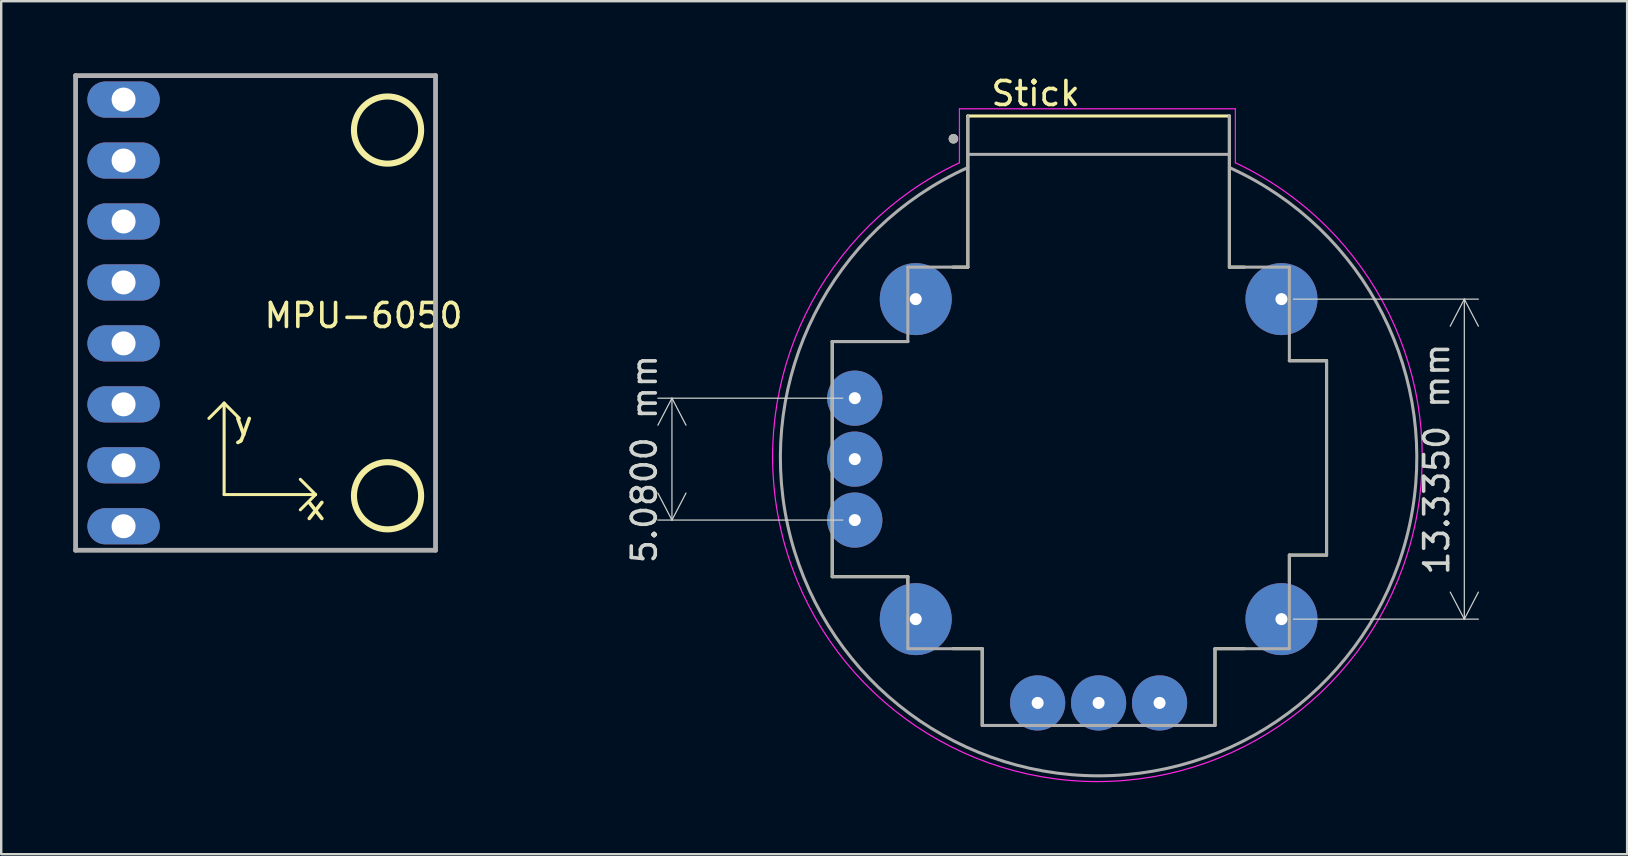
<source format=kicad_pcb>
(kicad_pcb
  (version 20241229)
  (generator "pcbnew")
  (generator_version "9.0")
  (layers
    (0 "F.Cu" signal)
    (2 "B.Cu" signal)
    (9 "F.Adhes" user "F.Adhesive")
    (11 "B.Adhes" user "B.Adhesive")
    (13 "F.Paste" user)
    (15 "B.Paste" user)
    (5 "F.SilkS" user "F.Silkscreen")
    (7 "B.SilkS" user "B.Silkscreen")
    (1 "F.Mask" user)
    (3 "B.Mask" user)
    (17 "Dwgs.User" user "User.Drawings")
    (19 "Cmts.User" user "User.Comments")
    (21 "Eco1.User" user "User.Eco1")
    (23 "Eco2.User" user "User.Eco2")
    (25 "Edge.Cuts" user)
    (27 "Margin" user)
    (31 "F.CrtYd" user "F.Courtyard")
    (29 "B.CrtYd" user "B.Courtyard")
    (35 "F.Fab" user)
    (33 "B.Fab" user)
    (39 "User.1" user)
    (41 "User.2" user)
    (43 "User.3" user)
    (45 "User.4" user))
  (footprint "MPU-6050"
    (layer "F.Cu")
    (at 2.1 1.1)
    (property "Reference" "MPU-6050" (at 10 9 180) (layer "F.SilkS") (effects (font (size 1 1) (thickness 0.15))))
    (attr through_hole)
    (fp_line (start 4.19 12.65) (end 3.555 13.285) (stroke (width 0.127) (type solid)) (layer "F.SilkS"))
    (fp_line (start 4.19 12.65) (end 4.825 13.285) (stroke (width 0.127) (type solid)) (layer "F.SilkS"))
    (fp_line (start 4.19 16.46) (end 4.19 12.65) (stroke (width 0.127) (type solid)) (layer "F.SilkS"))
    (fp_line (start 4.19 16.46) (end 8 16.46) (stroke (width 0.127) (type solid)) (layer "F.SilkS"))
    (fp_line (start 8 16.46) (end 7.365 15.825) (stroke (width 0.127) (type solid)) (layer "F.SilkS"))
    (fp_line (start 8 16.46) (end 7.365 17.095) (stroke (width 0.127) (type solid)) (layer "F.SilkS"))
    (fp_circle (center 11 1.27) (end 12.4 1.27) (stroke (width 0.254) (type solid)) (fill no) (layer "F.SilkS"))
    (fp_circle (center 11 16.51) (end 12.4 16.51) (stroke (width 0.254) (type solid)) (fill no) (layer "F.SilkS"))
    (fp_line (start -2 -1) (end -2 18.78) (stroke (width 0.2) (type solid)) (layer "F.Fab"))
    (fp_line (start -2 -1) (end 13 -1) (stroke (width 0.2) (type solid)) (layer "F.Fab"))
    (fp_line (start -2 18.78) (end 13 18.78) (stroke (width 0.2) (type solid)) (layer "F.Fab"))
    (fp_line (start 13 -1) (end 13 18.78) (stroke (width 0.2) (type solid)) (layer "F.Fab"))
    (fp_text user "x" (at 8 17 0) (layer "F.SilkS") (effects (font (size 1 1) (thickness 0.15))))
    (fp_text user "y" (at 5 13.5 0) (layer "F.SilkS") (effects (font (size 1 1) (thickness 0.15))))
    (pad "ADO" thru_hole oval (at 0 15.24) (size 3.016 1.508) (drill 1) (layers "*.Cu" "*.Mask"))
    (pad "GND" thru_hole oval (at 0 2.54) (size 3.016 1.508) (drill 1) (layers "*.Cu" "*.Mask"))
    (pad "INT" thru_hole oval (at 0 17.78) (size 3.016 1.508) (drill 1) (layers "*.Cu" "*.Mask"))
    (pad "SCL" thru_hole oval (at 0 5.08) (size 3.016 1.508) (drill 1) (layers "*.Cu" "*.Mask"))
    (pad "SDA" thru_hole oval (at 0 7.62) (size 3.016 1.508) (drill 1) (layers "*.Cu" "*.Mask"))
    (pad "VCC" thru_hole oval (at 0 0) (size 3.016 1.508) (drill 1) (layers "*.Cu" "*.Mask"))
    (pad "XCL" thru_hole oval (at 0 10.16) (size 3.016 1.508) (drill 1) (layers "*.Cu" "*.Mask"))
    (pad "XDA" thru_hole oval (at 0 12.7) (size 3.016 1.508) (drill 1) (layers "*.Cu" "*.Mask")))
  (footprint "Stick"
    (layer "F.Cu")
    (at 42.732 16.083)
    (property "Reference" "Stick" (at -2.625 -15.235 0) (layer "F.SilkS") (effects (font (size 1 1) (thickness 0.15))))
    (attr through_hole)
    (fp_line (start -11.1 -4.9) (end -7.95 -4.9) (stroke (width 0.127) (type solid)) (layer "F.SilkS"))
    (fp_line (start -11.1 4.9) (end -11.1 -4.9) (stroke (width 0.127) (type solid)) (layer "F.SilkS"))
    (fp_line (start -7.95 4.9) (end -11.1 4.9) (stroke (width 0.127) (type solid)) (layer "F.SilkS"))
    (fp_line (start -7.95 5.17) (end -7.95 4.9) (stroke (width 0.127) (type solid)) (layer "F.SilkS"))
    (fp_line (start -6.07 -8) (end -5.45 -8) (stroke (width 0.127) (type solid)) (layer "F.SilkS"))
    (fp_line (start -5.45 -14.3) (end 5.45 -14.3) (stroke (width 0.127) (type solid)) (layer "F.SilkS"))
    (fp_line (start -5.45 -8) (end -5.45 -14.3) (stroke (width 0.127) (type solid)) (layer "F.SilkS"))
    (fp_line (start -4.85 7.9) (end -6.07 7.9) (stroke (width 0.127) (type solid)) (layer "F.SilkS"))
    (fp_line (start -4.85 11.1) (end -4.85 7.9) (stroke (width 0.127) (type solid)) (layer "F.SilkS"))
    (fp_line (start 4.85 7.9) (end 4.85 11.1) (stroke (width 0.127) (type solid)) (layer "F.SilkS"))
    (fp_line (start 5.45 -14.3) (end 5.45 -8) (stroke (width 0.127) (type solid)) (layer "F.SilkS"))
    (fp_line (start 5.45 -8) (end 6.08 -8) (stroke (width 0.127) (type solid)) (layer "F.SilkS"))
    (fp_line (start 6.08 7.9) (end 4.85 7.9) (stroke (width 0.127) (type solid)) (layer "F.SilkS"))
    (fp_line (start 7.95 -4.1) (end 9.5 -4.1) (stroke (width 0.127) (type solid)) (layer "F.SilkS"))
    (fp_line (start 7.95 4) (end 7.95 5.12) (stroke (width 0.127) (type solid)) (layer "F.SilkS"))
    (fp_line (start 9.5 -4.1) (end 9.5 4) (stroke (width 0.127) (type solid)) (layer "F.SilkS"))
    (fp_line (start 9.5 4) (end 7.95 4) (stroke (width 0.127) (type solid)) (layer "F.SilkS"))
    (fp_circle (center -6.05 -13.35) (end -5.95 -13.35) (stroke (width 0.2) (type solid)) (fill no) (layer "F.SilkS"))
    (fp_line (start -5.8 -14.6) (end 5.7 -14.6) (stroke (width 0.05) (type solid)) (layer "F.CrtYd"))
    (fp_line (start -5.8 -12.35) (end -5.8 -14.6) (stroke (width 0.05) (type solid)) (layer "F.CrtYd"))
    (fp_line (start 5.7 -14.6) (end 5.7 -12.35) (stroke (width 0.05) (type solid)) (layer "F.CrtYd"))
    (fp_arc (start 5.7 -12.35) (mid -0.05 13.437438) (end -5.8 -12.35) (stroke (width 0.05) (type solid)) (layer "F.CrtYd"))
    (fp_line (start -11.1 -4.9) (end -11.1 4.9) (stroke (width 0.127) (type solid)) (layer "F.Fab"))
    (fp_line (start -7.95 -4.9) (end -11.1 -4.9) (stroke (width 0.127) (type solid)) (layer "F.Fab"))
    (fp_line (start -7.95 -4.9) (end -7.95 -8) (stroke (width 0.127) (type solid)) (layer "F.Fab"))
    (fp_line (start -7.95 4.9) (end -11.1 4.9) (stroke (width 0.127) (type solid)) (layer "F.Fab"))
    (fp_line (start -7.95 4.9) (end -7.95 7.9) (stroke (width 0.127) (type solid)) (layer "F.Fab"))
    (fp_line (start -5.45 -14.3) (end -5.45 -8) (stroke (width 0.127) (type solid)) (layer "F.Fab"))
    (fp_line (start -5.45 -8) (end -7.95 -8) (stroke (width 0.127) (type solid)) (layer "F.Fab"))
    (fp_line (start -4.85 7.9) (end -7.95 7.9) (stroke (width 0.127) (type solid)) (layer "F.Fab"))
    (fp_line (start -4.85 11.1) (end -4.85 7.9) (stroke (width 0.127) (type solid)) (layer "F.Fab"))
    (fp_line (start 4.85 7.9) (end 7.95 7.9) (stroke (width 0.127) (type solid)) (layer "F.Fab"))
    (fp_line (start 4.85 11.1) (end -4.85 11.1) (stroke (width 0.127) (type solid)) (layer "F.Fab"))
    (fp_line (start 4.85 11.1) (end 4.85 7.9) (stroke (width 0.127) (type solid)) (layer "F.Fab"))
    (fp_line (start 5.45 -14.3) (end 5.45 -8) (stroke (width 0.127) (type solid)) (layer "F.Fab"))
    (fp_line (start 5.45 -12.7) (end -5.45 -12.7) (stroke (width 0.127) (type solid)) (layer "F.Fab"))
    (fp_line (start 7.95 -8) (end 5.45 -8) (stroke (width 0.127) (type solid)) (layer "F.Fab"))
    (fp_line (start 7.95 -4.1) (end 7.95 -8) (stroke (width 0.127) (type solid)) (layer "F.Fab"))
    (fp_line (start 7.95 -4.1) (end 9.5 -4.1) (stroke (width 0.127) (type solid)) (layer "F.Fab"))
    (fp_line (start 7.95 4) (end 7.95 7.9) (stroke (width 0.127) (type solid)) (layer "F.Fab"))
    (fp_line (start 7.95 4) (end 9.5 4) (stroke (width 0.127) (type solid)) (layer "F.Fab"))
    (fp_line (start 9.5 -4.1) (end 9.5 4) (stroke (width 0.127) (type solid)) (layer "F.Fab"))
    (fp_arc (start 5.45 -12.15) (mid 0 13.197504) (end -5.45 -12.15) (stroke (width 0.127) (type solid)) (layer "F.Fab"))
    (fp_circle (center -6.05 -13.35) (end -5.95 -13.35) (stroke (width 0.2) (type solid)) (fill no) (layer "F.Fab"))
    (dimension (type aligned) (layer "Edge.Cuts") (pts (xy 50.352 9.416) (xy 50.352 22.751)) (height -7.62) (format (prefix "") (suffix "") (units 3) (units_format 1) (precision 4)) (style (thickness 0.05) (arrow_length 1.27) (text_position_mode 0) (arrow_direction outward) (extension_height 0.586) (extension_offset 0.5) (keep_text_aligned yes)) (gr_text "13.3350 mm" (at 56.822 16.083 90) (layer "Edge.Cuts") (effects (font (size 1 1) (thickness 0.15)))))
    (dimension (type aligned) (layer "Edge.Cuts") (pts (xy 32.572 13.543) (xy 32.572 18.623)) (height 7.62) (format (prefix "") (suffix "") (units 3) (units_format 1) (precision 4)) (style (thickness 0.05) (arrow_length 1.27) (text_position_mode 0) (arrow_direction outward) (extension_height 0.586) (extension_offset 0.5) (keep_text_aligned yes)) (gr_text "5.0800 mm" (at 23.802 16.083 90) (layer "Edge.Cuts") (effects (font (size 1 1) (thickness 0.15)))))
    (pad "H1" thru_hole circle (at -2.54 10.16) (size 2.3 2.3) (drill 0.5) (layers "*.Cu" "*.Mask"))
    (pad "H2" thru_hole circle (at 0 10.16) (size 2.3 2.3) (drill 0.5) (layers "*.Cu" "*.Mask"))
    (pad "H3" thru_hole circle (at 2.54 10.16) (size 2.3 2.3) (drill 0.5) (layers "*.Cu" "*.Mask"))
    (pad "S1" thru_hole circle (at -7.62 -6.668) (size 3 3) (drill 0.5) (layers "*.Cu" "*.Mask"))
    (pad "S2" thru_hole circle (at -7.62 6.668) (size 3 3) (drill 0.5) (layers "*.Cu" "*.Mask"))
    (pad "S3" thru_hole circle (at 7.62 6.668) (size 3 3) (drill 0.5) (layers "*.Cu" "*.Mask"))
    (pad "S4" thru_hole circle (at 7.62 -6.668) (size 3 3) (drill 0.5) (layers "*.Cu" "*.Mask"))
    (pad "V1" thru_hole circle (at -10.16 -2.54) (size 2.3 2.3) (drill 0.5) (layers "*.Cu" "*.Mask"))
    (pad "V2" thru_hole circle (at -10.16 0) (size 2.3 2.3) (drill 0.5) (layers "*.Cu" "*.Mask"))
    (pad "V3" thru_hole circle (at -10.16 2.54) (size 2.3 2.3) (drill 0.5) (layers "*.Cu" "*.Mask")))
  (gr_rect
    (start -3 -3)
    (end 64.757 32.546)
    (stroke (width 0.1) (type default))
    (fill no)
    (layer "Edge.Cuts")))
</source>
